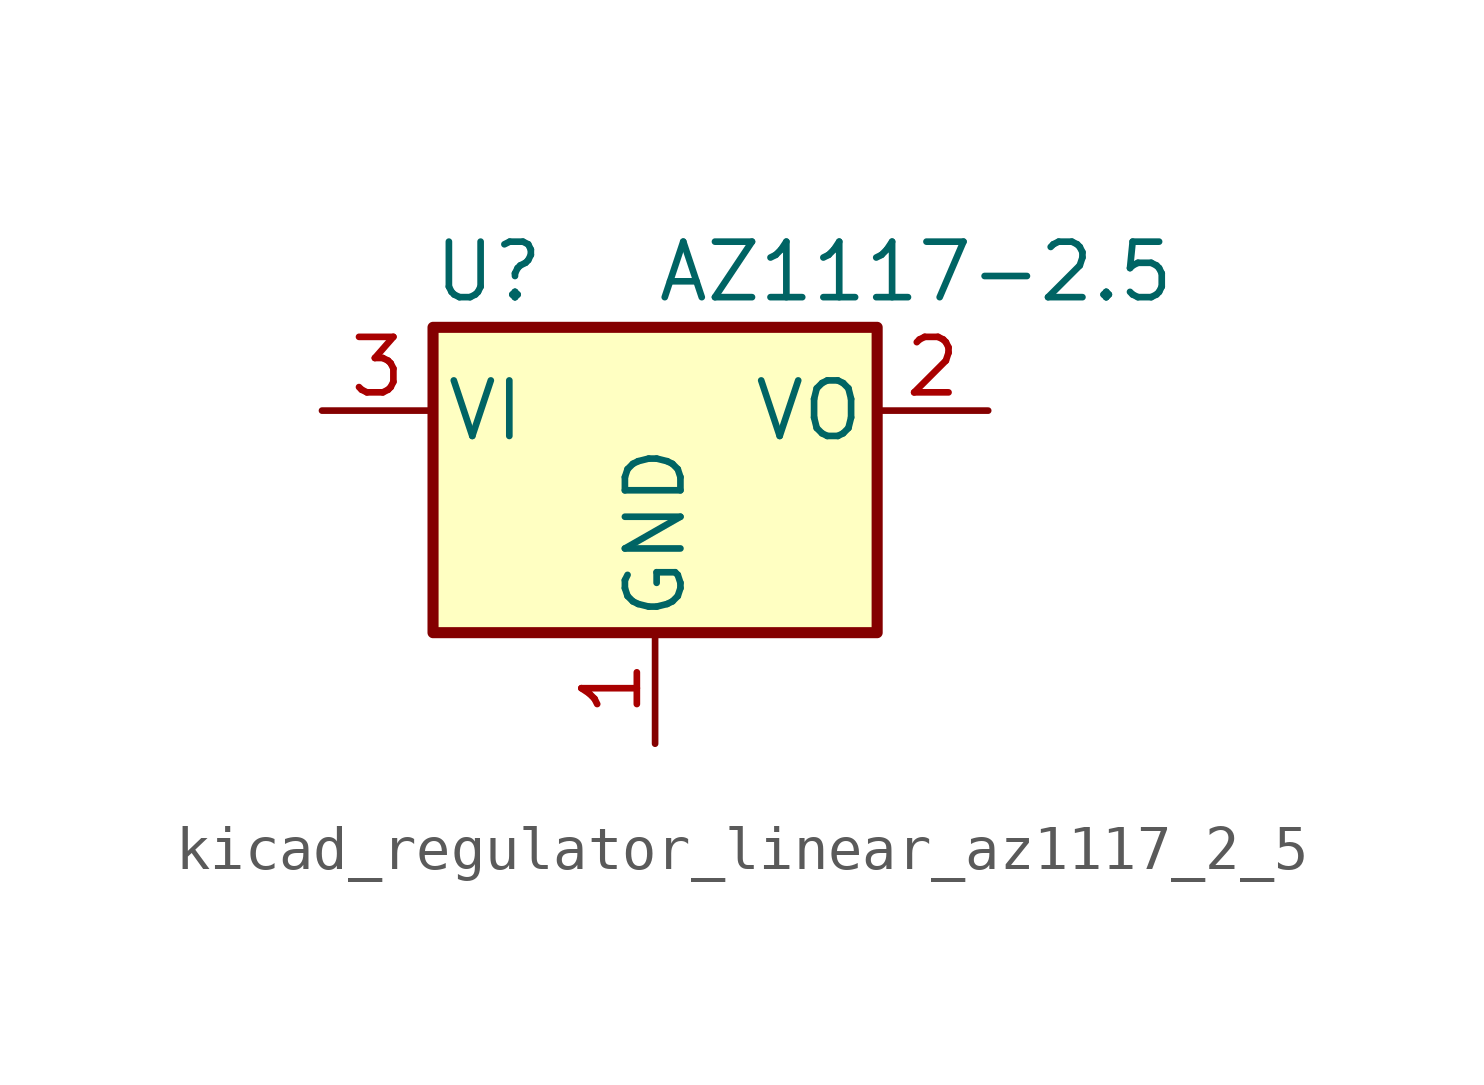
<source format=kicad_sym>
(kicad_symbol_lib
  (version 20220914)
  (generator kicad_symbol_editor)
  (symbol "kicad_regulator_linear_az1117_2_5"
    (pin_names
      (offset 0.254))
    (property "Reference" "U"
      (at -3.81 3.175 0)
      (effects (font (size 1.27 1.27))))
    (property "Value" "AZ1117-2.5"
      (at 0 3.175 0)
      (effects (font (size 1.27 1.27)) (justify left)))
    (symbol "kicad_regulator_linear_az1117_2_5_0_1"
      (rectangle (start -5.08 1.905) (end 5.08 -5.08) (stroke (width 0.254) (type default)) (fill (type background))))
    (symbol "kicad_regulator_linear_az1117_2_5_1_1"
      (pin power_in line (at 0 -7.62 90) (length 2.54) (name "GND" (effects (font (size 1.27 1.27)))) (number "1" (effects (font (size 1.27 1.27)))))
      (pin power_out line (at 7.62 0 180) (length 2.54) (name "VO" (effects (font (size 1.27 1.27)))) (number "2" (effects (font (size 1.27 1.27)))))
      (pin power_in line (at -7.62 0 0) (length 2.54) (name "VI" (effects (font (size 1.27 1.27)))) (number "3" (effects (font (size 1.27 1.27))))))))
</source>
